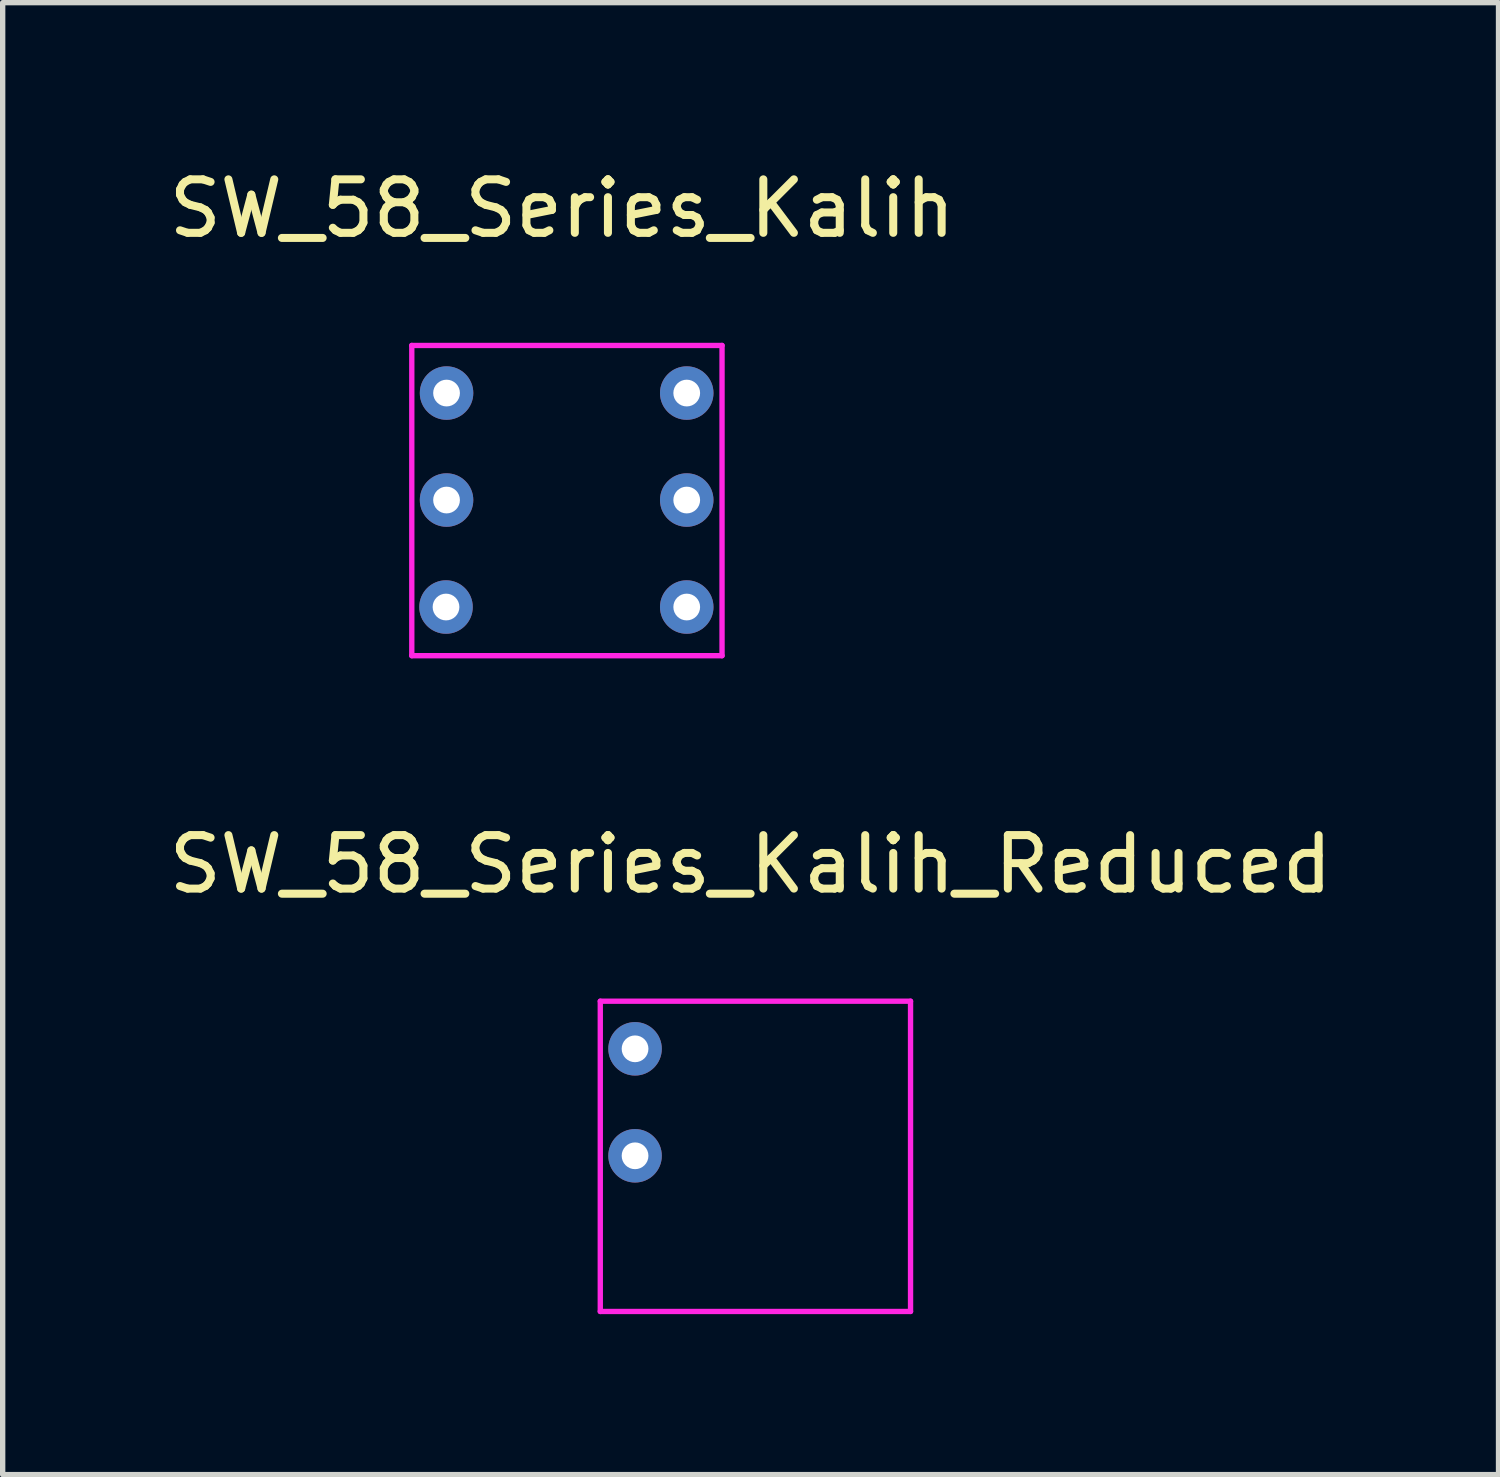
<source format=kicad_pcb>
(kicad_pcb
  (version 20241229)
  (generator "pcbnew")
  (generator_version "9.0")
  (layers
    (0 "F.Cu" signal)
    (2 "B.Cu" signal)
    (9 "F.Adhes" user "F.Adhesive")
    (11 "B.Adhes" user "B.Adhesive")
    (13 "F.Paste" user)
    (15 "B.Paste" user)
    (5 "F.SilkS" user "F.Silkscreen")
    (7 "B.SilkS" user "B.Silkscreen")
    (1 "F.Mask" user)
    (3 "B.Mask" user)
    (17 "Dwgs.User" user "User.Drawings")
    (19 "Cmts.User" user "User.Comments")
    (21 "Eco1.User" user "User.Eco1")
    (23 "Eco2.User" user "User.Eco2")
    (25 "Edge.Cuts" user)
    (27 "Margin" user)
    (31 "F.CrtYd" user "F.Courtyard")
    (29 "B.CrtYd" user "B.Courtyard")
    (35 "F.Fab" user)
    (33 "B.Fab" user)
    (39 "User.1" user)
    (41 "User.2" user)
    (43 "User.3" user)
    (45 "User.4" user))
  (footprint "SW_58_Series_Kalih_Reduced"
    (layer "F.Cu")
    (at 11.072 18.567)
    (property "Reference" "SW_58_Series_Kalih_Reduced" (at -0.09 -5.46 0) (layer "F.SilkS") (effects (font (size 1 1) (thickness 0.15))))
    (attr through_hole)
    (fp_line (start -2.9 -2.9) (end -2.9 2.9) (stroke (width 0.1) (type solid)) (layer "F.CrtYd"))
    (fp_line (start -2.9 -2.9) (end 2.9 -2.9) (stroke (width 0.1) (type solid)) (layer "F.CrtYd"))
    (fp_line (start -2.9 2.9) (end 2.9 2.9) (stroke (width 0.1) (type solid)) (layer "F.CrtYd"))
    (fp_line (start 2.9 2.9) (end 2.9 -2.9) (stroke (width 0.1) (type solid)) (layer "F.CrtYd"))
    (pad "1" thru_hole circle (at -2.25 -2.01) (size 1 1) (drill 0.5) (layers "*.Cu" "*.Mask"))
    (pad "2" thru_hole circle (at -2.25 -0.01) (size 1 1) (drill 0.5) (layers "*.Cu" "*.Mask")))
  (footprint "SW_58_Series_Kalih"
    (layer "F.Cu")
    (at 7.548 6.308)
    (property "Reference" "SW_58_Series_Kalih" (at -0.09 -5.46 0) (layer "F.SilkS") (effects (font (size 1 1) (thickness 0.15))))
    (attr through_hole)
    (fp_line (start -2.9 -2.9) (end -2.9 2.9) (stroke (width 0.1) (type solid)) (layer "F.CrtYd"))
    (fp_line (start -2.9 -2.9) (end 2.9 -2.9) (stroke (width 0.1) (type solid)) (layer "F.CrtYd"))
    (fp_line (start -2.9 2.9) (end 2.9 2.9) (stroke (width 0.1) (type solid)) (layer "F.CrtYd"))
    (fp_line (start 2.9 2.9) (end 2.9 -2.9) (stroke (width 0.1) (type solid)) (layer "F.CrtYd"))
    (pad "1" thru_hole circle (at -2.25 -2.01) (size 1 1) (drill 0.5) (layers "*.Cu" "*.Mask"))
    (pad "2" thru_hole circle (at -2.25 -0.01) (size 1 1) (drill 0.5) (layers "*.Cu" "*.Mask"))
    (pad "3" thru_hole circle (at -2.26 1.99) (size 1 1) (drill 0.5) (layers "*.Cu" "*.Mask"))
    (pad "4" thru_hole circle (at 2.24 -2.01) (size 1 1) (drill 0.5) (layers "*.Cu" "*.Mask"))
    (pad "5" thru_hole circle (at 2.24 -0.01) (size 1 1) (drill 0.5) (layers "*.Cu" "*.Mask"))
    (pad "6" thru_hole circle (at 2.24 1.99) (size 1 1) (drill 0.5) (layers "*.Cu" "*.Mask")))
  (gr_rect
    (start -3 -3)
    (end 24.964 24.517)
    (stroke (width 0.1) (type default))
    (fill no)
    (layer "Edge.Cuts")))
</source>
